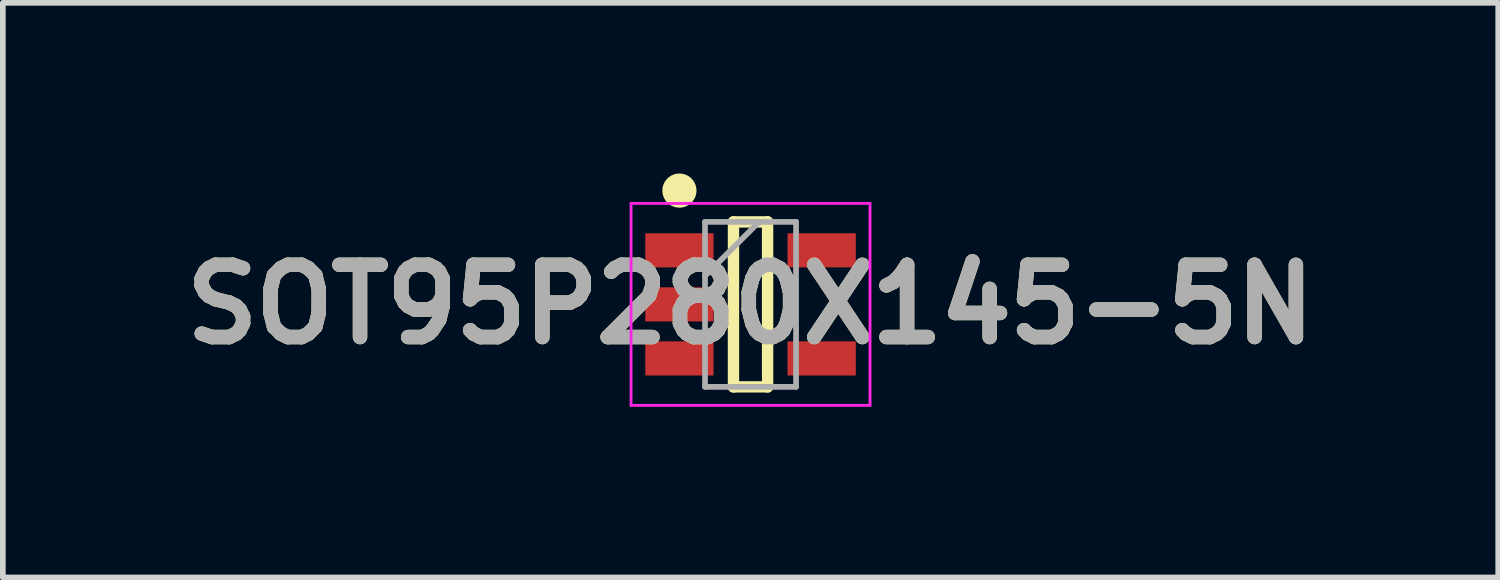
<source format=kicad_pcb>
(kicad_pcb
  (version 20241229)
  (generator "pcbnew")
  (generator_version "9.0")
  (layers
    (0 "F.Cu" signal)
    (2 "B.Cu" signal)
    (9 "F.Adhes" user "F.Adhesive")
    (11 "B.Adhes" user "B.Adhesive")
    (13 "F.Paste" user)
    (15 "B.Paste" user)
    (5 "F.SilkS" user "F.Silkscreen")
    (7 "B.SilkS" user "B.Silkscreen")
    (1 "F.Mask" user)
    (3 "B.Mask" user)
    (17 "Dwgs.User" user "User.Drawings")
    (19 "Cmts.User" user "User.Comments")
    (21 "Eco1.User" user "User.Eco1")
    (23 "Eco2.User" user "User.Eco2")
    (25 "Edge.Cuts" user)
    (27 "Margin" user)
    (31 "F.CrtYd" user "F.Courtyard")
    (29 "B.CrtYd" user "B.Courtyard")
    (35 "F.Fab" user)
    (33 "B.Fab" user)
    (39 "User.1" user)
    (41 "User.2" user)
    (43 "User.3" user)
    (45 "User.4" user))
  (footprint "SOT95P280X145-5N"
    (layer "F.Cu")
    (at 10.142 2.3)
    (property "Reference" "SOT95P280X145-5N" (at 0 0 0) (layer "F.SilkS") (effects (font (size 1.27 1.27) (thickness 0.254))))
    (attr smd)
    (fp_line (start -0.3 -1.45) (end 0.3 -1.45) (stroke (width 0.2) (type solid)) (layer "F.SilkS"))
    (fp_line (start -0.3 1.45) (end -0.3 -1.45) (stroke (width 0.2) (type solid)) (layer "F.SilkS"))
    (fp_line (start 0.3 -1.45) (end 0.3 1.45) (stroke (width 0.2) (type solid)) (layer "F.SilkS"))
    (fp_line (start 0.3 1.45) (end -0.3 1.45) (stroke (width 0.2) (type solid)) (layer "F.SilkS"))
    (fp_circle (center -1.25 -2) (end -1 -2) (stroke (width 0.1) (type solid)) (fill yes) (layer "F.SilkS"))
    (fp_line (start -2.1 -1.775) (end 2.1 -1.775) (stroke (width 0.05) (type solid)) (layer "F.CrtYd"))
    (fp_line (start -2.1 1.775) (end -2.1 -1.775) (stroke (width 0.05) (type solid)) (layer "F.CrtYd"))
    (fp_line (start 2.1 -1.775) (end 2.1 1.775) (stroke (width 0.05) (type solid)) (layer "F.CrtYd"))
    (fp_line (start 2.1 1.775) (end -2.1 1.775) (stroke (width 0.05) (type solid)) (layer "F.CrtYd"))
    (fp_line (start -0.8 -1.45) (end 0.8 -1.45) (stroke (width 0.1) (type solid)) (layer "F.Fab"))
    (fp_line (start -0.8 -0.5) (end 0.15 -1.45) (stroke (width 0.1) (type solid)) (layer "F.Fab"))
    (fp_line (start -0.8 1.45) (end -0.8 -1.45) (stroke (width 0.1) (type solid)) (layer "F.Fab"))
    (fp_line (start 0.8 -1.45) (end 0.8 1.45) (stroke (width 0.1) (type solid)) (layer "F.Fab"))
    (fp_line (start 0.8 1.45) (end -0.8 1.45) (stroke (width 0.1) (type solid)) (layer "F.Fab"))
    (fp_text user "${REFERENCE}" (at 0 0 0) (layer "F.Fab") (effects (font (size 1.27 1.27) (thickness 0.254))))
    (pad "1" smd rect (at -1.25 -0.95 90) (size 0.6 1.2) (layers "F.Cu" "F.Mask" "F.Paste"))
    (pad "2" smd rect (at -1.25 0 90) (size 0.6 1.2) (layers "F.Cu" "F.Mask" "F.Paste"))
    (pad "3" smd rect (at -1.25 0.95 90) (size 0.6 1.2) (layers "F.Cu" "F.Mask" "F.Paste"))
    (pad "4" smd rect (at 1.25 0.95 90) (size 0.6 1.2) (layers "F.Cu" "F.Mask" "F.Paste"))
    (pad "5" smd rect (at 1.25 -0.95 90) (size 0.6 1.2) (layers "F.Cu" "F.Mask" "F.Paste")))
  (gr_rect
    (start -3 -3)
    (end 23.284 7.1)
    (stroke (width 0.1) (type default))
    (fill no)
    (layer "Edge.Cuts")))
</source>
